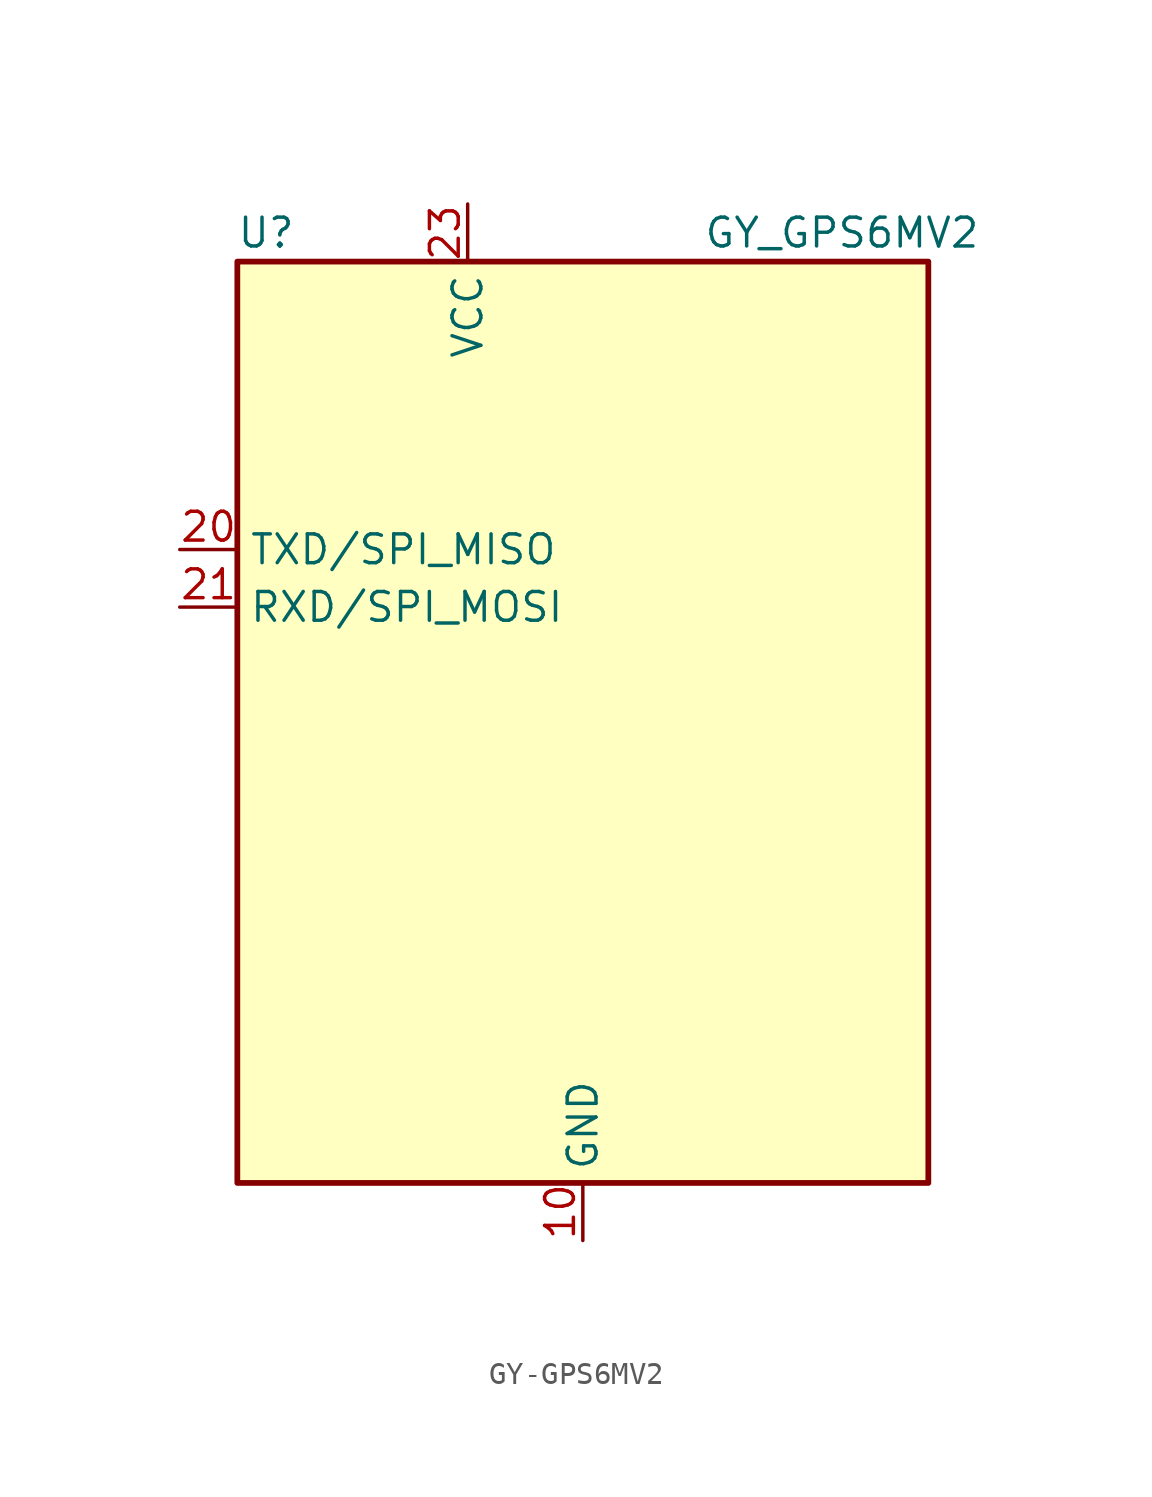
<source format=kicad_sym>
(kicad_symbol_lib
  (version 20220914)
  (generator kicad_symbol_editor)
  (symbol "GY-GPS6MV2"
    (property "Reference" "U"
      (at -13.97 21.59 0)
      (effects (font (size 1.27 1.27))))
    (property "Value" "GY_GPS6MV2"
      (at 11.43 21.59 0)
      (effects (font (size 1.27 1.27))))
    (symbol "GY-GPS6MV2_0_1"
      (rectangle (start -15.24 20.32) (end 15.24 -20.32) (stroke (width 0.254) (type default)) (fill (type background))))
    (symbol "GY-GPS6MV2_1_1"
      (pin power_in line (at 0 -22.86 90) (length 2.54) (name "GND" (effects (font (size 1.27 1.27)))) (number "10" (effects (font (size 1.27 1.27)))))
      (pin passive line (at 0 -22.86 90) (length 2.54) hide (name "GND" (effects (font (size 1.27 1.27)))) (number "12" (effects (font (size 1.27 1.27)))))
      (pin passive line (at 0 -22.86 90) (length 2.54) hide (name "GND" (effects (font (size 1.27 1.27)))) (number "13" (effects (font (size 1.27 1.27)))))
      (pin no_connect line (at 15.24 -10.16 180) (length 2.54) hide (name "RESERVED" (effects (font (size 1.27 1.27)))) (number "15" (effects (font (size 1.27 1.27)))))
      (pin no_connect line (at 15.24 -12.7 180) (length 2.54) hide (name "RESERVED" (effects (font (size 1.27 1.27)))) (number "16" (effects (font (size 1.27 1.27)))))
      (pin no_connect line (at 15.24 -15.24 180) (length 2.54) hide (name "RESERVED" (effects (font (size 1.27 1.27)))) (number "17" (effects (font (size 1.27 1.27)))))
      (pin output line (at -17.78 7.62 0) (length 2.54) (name "TXD/SPI_MISO" (effects (font (size 1.27 1.27)))) (number "20" (effects (font (size 1.27 1.27)))))
      (pin input line (at -17.78 5.08 0) (length 2.54) (name "RXD/SPI_MOSI" (effects (font (size 1.27 1.27)))) (number "21" (effects (font (size 1.27 1.27)))))
      (pin power_in line (at -5.08 22.86 270) (length 2.54) (name "VCC" (effects (font (size 1.27 1.27)))) (number "23" (effects (font (size 1.27 1.27)))))
      (pin passive line (at 0 -22.86 90) (length 2.54) hide (name "GND" (effects (font (size 1.27 1.27)))) (number "24" (effects (font (size 1.27 1.27))))))))
</source>
